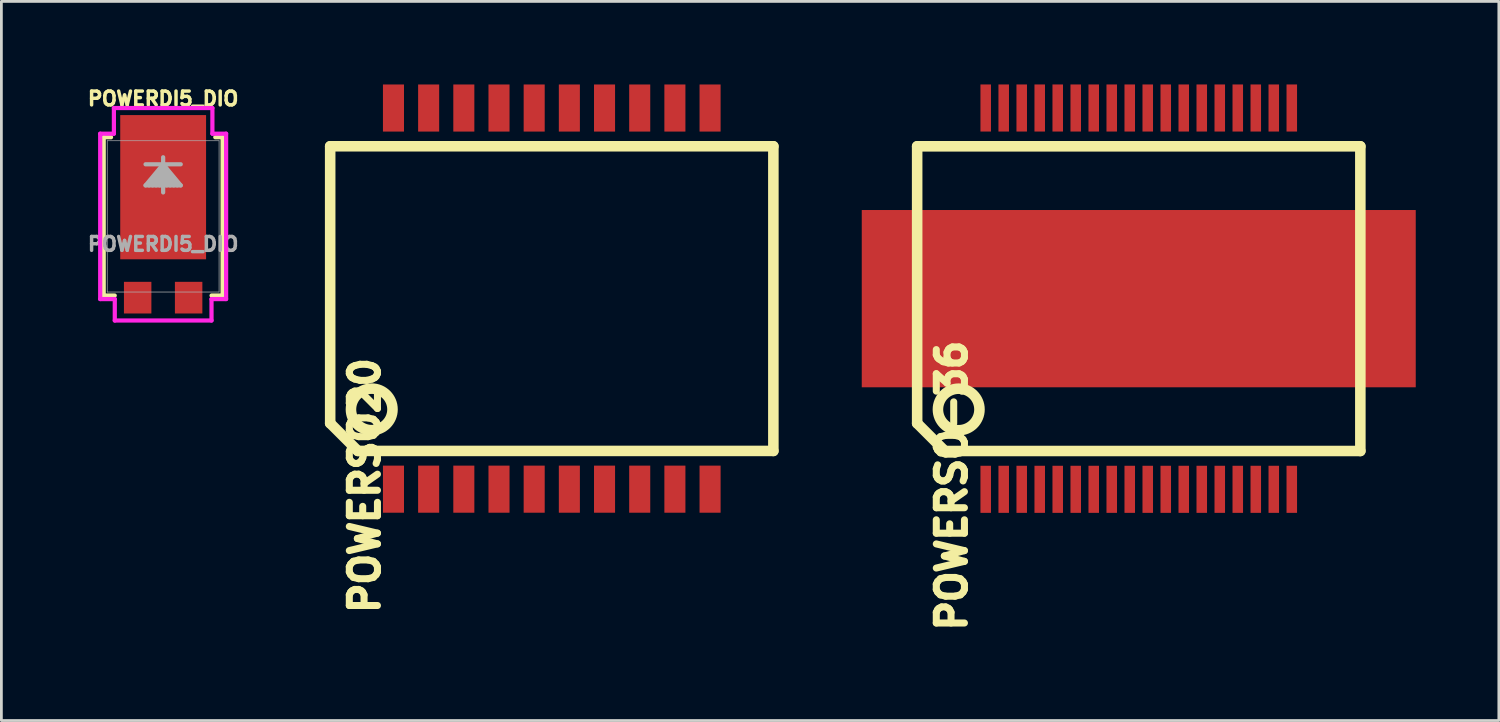
<source format=kicad_pcb>
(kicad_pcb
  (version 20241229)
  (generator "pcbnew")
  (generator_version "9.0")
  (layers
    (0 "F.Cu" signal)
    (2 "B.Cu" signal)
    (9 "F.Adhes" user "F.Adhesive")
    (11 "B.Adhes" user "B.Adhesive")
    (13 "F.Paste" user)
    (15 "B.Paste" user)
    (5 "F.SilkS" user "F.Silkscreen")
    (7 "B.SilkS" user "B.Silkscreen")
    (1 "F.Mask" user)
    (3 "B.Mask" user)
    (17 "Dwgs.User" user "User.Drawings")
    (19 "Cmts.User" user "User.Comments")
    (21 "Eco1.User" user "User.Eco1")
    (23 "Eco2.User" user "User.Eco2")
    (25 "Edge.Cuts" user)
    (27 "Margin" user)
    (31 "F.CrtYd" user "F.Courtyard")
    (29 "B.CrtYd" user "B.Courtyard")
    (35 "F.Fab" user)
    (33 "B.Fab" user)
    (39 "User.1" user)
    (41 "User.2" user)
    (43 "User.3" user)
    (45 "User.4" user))
  (footprint "POWERSO20"
    (layer "F.Cu")
    (at 16.87 7.73)
    (property "Reference" "POWERSO20" (at -6.75 6.75 90) (layer "F.SilkS") (effects (font (size 1.016 1.016) (thickness 0.254))))
    (attr through_hole)
    (fp_line (start -8 -5.5) (end -8 4.5) (stroke (width 0.381) (type solid)) (layer "F.SilkS"))
    (fp_line (start -8 4.5) (end -7 5.5) (stroke (width 0.381) (type solid)) (layer "F.SilkS"))
    (fp_line (start -7 5.5) (end 8 5.5) (stroke (width 0.381) (type solid)) (layer "F.SilkS"))
    (fp_line (start 8 -5.5) (end -8 -5.5) (stroke (width 0.381) (type solid)) (layer "F.SilkS"))
    (fp_line (start 8 5.5) (end 8 -5.5) (stroke (width 0.381) (type solid)) (layer "F.SilkS"))
    (fp_circle (center -6.5 4) (end -6.5 3.25) (stroke (width 0.381) (type solid)) (fill no) (layer "F.SilkS"))
    (pad "1" smd rect (at -5.715 6.88) (size 0.76 1.7) (layers "F.Cu" "F.Mask" "F.Paste"))
    (pad "2" smd rect (at -4.445 6.88) (size 0.76 1.7) (layers "F.Cu" "F.Mask" "F.Paste"))
    (pad "3" smd rect (at -3.175 6.88) (size 0.76 1.7) (layers "F.Cu" "F.Mask" "F.Paste"))
    (pad "4" smd rect (at -1.905 6.88) (size 0.76 1.7) (layers "F.Cu" "F.Mask" "F.Paste"))
    (pad "5" smd rect (at -0.635 6.88) (size 0.76 1.7) (layers "F.Cu" "F.Mask" "F.Paste"))
    (pad "6" smd rect (at 0.635 6.88) (size 0.76 1.7) (layers "F.Cu" "F.Mask" "F.Paste"))
    (pad "7" smd rect (at 1.905 6.88) (size 0.76 1.7) (layers "F.Cu" "F.Mask" "F.Paste"))
    (pad "8" smd rect (at 3.175 6.88) (size 0.76 1.7) (layers "F.Cu" "F.Mask" "F.Paste"))
    (pad "9" smd rect (at 4.445 6.88) (size 0.76 1.7) (layers "F.Cu" "F.Mask" "F.Paste"))
    (pad "10" smd rect (at 5.715 6.88) (size 0.76 1.7) (layers "F.Cu" "F.Mask" "F.Paste"))
    (pad "11" smd rect (at 5.715 -6.88) (size 0.76 1.7) (layers "F.Cu" "F.Mask" "F.Paste"))
    (pad "12" smd rect (at 4.445 -6.88) (size 0.76 1.7) (layers "F.Cu" "F.Mask" "F.Paste"))
    (pad "13" smd rect (at 3.175 -6.88) (size 0.76 1.7) (layers "F.Cu" "F.Mask" "F.Paste"))
    (pad "14" smd rect (at 1.905 -6.88) (size 0.76 1.7) (layers "F.Cu" "F.Mask" "F.Paste"))
    (pad "15" smd rect (at 0.635 -6.88) (size 0.76 1.7) (layers "F.Cu" "F.Mask" "F.Paste"))
    (pad "16" smd rect (at -0.635 -6.88) (size 0.76 1.7) (layers "F.Cu" "F.Mask" "F.Paste"))
    (pad "17" smd rect (at -1.905 -6.88) (size 0.76 1.7) (layers "F.Cu" "F.Mask" "F.Paste"))
    (pad "18" smd rect (at -3.175 -6.88) (size 0.76 1.7) (layers "F.Cu" "F.Mask" "F.Paste"))
    (pad "19" smd rect (at -4.445 -6.88) (size 0.76 1.7) (layers "F.Cu" "F.Mask" "F.Paste"))
    (pad "20" smd rect (at -5.715 -6.88) (size 0.76 1.7) (layers "F.Cu" "F.Mask" "F.Paste")))
  (footprint "POWERDI5_DIO"
    (layer "F.Cu")
    (at 2.84 4.762)
    (property "Reference" "POWERDI5_DIO" (at 0 -4.25 0) (unlocked yes) (layer "F.SilkS") (effects (font (size 0.5 0.5) (thickness 0.125) (bold yes))))
    (attr smd)
    (fp_line (start -2.146 -2.857) (end -2.146 2.857) (stroke (width 0.152) (type solid)) (layer "F.SilkS"))
    (fp_line (start -2.146 2.857) (end -1.748 2.857) (stroke (width 0.152) (type solid)) (layer "F.SilkS"))
    (fp_line (start -1.882 -2.857) (end -2.146 -2.857) (stroke (width 0.152) (type solid)) (layer "F.SilkS"))
    (fp_line (start 1.748 2.857) (end 2.146 2.857) (stroke (width 0.152) (type solid)) (layer "F.SilkS"))
    (fp_line (start 2.146 -2.857) (end 1.882 -2.857) (stroke (width 0.152) (type solid)) (layer "F.SilkS"))
    (fp_line (start 2.146 2.857) (end 2.146 -2.857) (stroke (width 0.152) (type solid)) (layer "F.SilkS"))
    (fp_line (start -2.273 -2.985) (end -1.778 -2.985) (stroke (width 0.152) (type solid)) (layer "F.CrtYd"))
    (fp_line (start -2.273 2.985) (end -2.273 -2.985) (stroke (width 0.152) (type solid)) (layer "F.CrtYd"))
    (fp_line (start -1.778 -3.912) (end -1.778 -2.985) (stroke (width 0.152) (type solid)) (layer "F.CrtYd"))
    (fp_line (start -1.778 -3.912) (end 1.778 -3.912) (stroke (width 0.152) (type solid)) (layer "F.CrtYd"))
    (fp_line (start -1.746 2.985) (end -2.273 2.985) (stroke (width 0.152) (type solid)) (layer "F.CrtYd"))
    (fp_line (start -1.746 2.985) (end -1.746 3.759) (stroke (width 0.152) (type solid)) (layer "F.CrtYd"))
    (fp_line (start -1.746 3.759) (end 1.746 3.759) (stroke (width 0.152) (type solid)) (layer "F.CrtYd"))
    (fp_line (start 1.746 2.985) (end 1.746 3.759) (stroke (width 0.152) (type solid)) (layer "F.CrtYd"))
    (fp_line (start 1.778 -3.912) (end 1.778 -2.985) (stroke (width 0.152) (type solid)) (layer "F.CrtYd"))
    (fp_line (start 2.273 -2.985) (end 1.778 -2.985) (stroke (width 0.152) (type solid)) (layer "F.CrtYd"))
    (fp_line (start 2.273 -2.985) (end 2.273 2.985) (stroke (width 0.152) (type solid)) (layer "F.CrtYd"))
    (fp_line (start 2.273 2.985) (end 1.746 2.985) (stroke (width 0.152) (type solid)) (layer "F.CrtYd"))
    (fp_line (start -2.019 -2.731) (end -2.019 2.731) (stroke (width 0.025) (type solid)) (layer "F.Fab"))
    (fp_line (start -2.019 2.731) (end 2.019 2.731) (stroke (width 0.025) (type solid)) (layer "F.Fab"))
    (fp_line (start 0 -1.881) (end -0.635 -1.119) (stroke (width 0.152) (type solid)) (layer "F.Fab"))
    (fp_line (start 0 -1.881) (end -0.508 -1.119) (stroke (width 0.152) (type solid)) (layer "F.Fab"))
    (fp_line (start 0 -1.881) (end -0.381 -1.119) (stroke (width 0.152) (type solid)) (layer "F.Fab"))
    (fp_line (start 0 -1.881) (end -0.254 -1.119) (stroke (width 0.152) (type solid)) (layer "F.Fab"))
    (fp_line (start 0 -1.881) (end -0.127 -1.119) (stroke (width 0.152) (type solid)) (layer "F.Fab"))
    (fp_line (start 0 -1.881) (end 0.127 -1.119) (stroke (width 0.152) (type solid)) (layer "F.Fab"))
    (fp_line (start 0 -1.881) (end 0.254 -1.119) (stroke (width 0.152) (type solid)) (layer "F.Fab"))
    (fp_line (start 0 -1.881) (end 0.381 -1.119) (stroke (width 0.152) (type solid)) (layer "F.Fab"))
    (fp_line (start 0 -1.881) (end 0.508 -1.119) (stroke (width 0.152) (type solid)) (layer "F.Fab"))
    (fp_line (start 0 -1.881) (end 0.635 -1.119) (stroke (width 0.152) (type solid)) (layer "F.Fab"))
    (fp_line (start 0 -0.865) (end 0 -2.135) (stroke (width 0.152) (type solid)) (layer "F.Fab"))
    (fp_line (start 0.635 -1.881) (end -0.635 -1.881) (stroke (width 0.152) (type solid)) (layer "F.Fab"))
    (fp_line (start 0.635 -1.119) (end -0.635 -1.119) (stroke (width 0.152) (type solid)) (layer "F.Fab"))
    (fp_line (start 2.019 -2.731) (end -2.019 -2.731) (stroke (width 0.025) (type solid)) (layer "F.Fab"))
    (fp_line (start 2.019 2.731) (end 2.019 -2.731) (stroke (width 0.025) (type solid)) (layer "F.Fab"))
    (fp_text user "${REFERENCE}" (at 0 1 0) (unlocked yes) (layer "F.Fab") (effects (font (size 0.5 0.5) (thickness 0.125) (bold yes))))
    (pad "1" smd rect (at 0 -1.054 90) (size 5.207 3.099) (layers "F.Cu" "F.Mask" "F.Paste"))
    (pad "2" smd rect (at -0.92 2.934 90) (size 1.143 0.991) (layers "F.Cu" "F.Mask" "F.Paste"))
    (pad "2" smd rect (at 0.92 2.934 90) (size 1.143 0.991) (layers "F.Cu" "F.Mask" "F.Paste")))
  (footprint "POWERSO-36"
    (layer "F.Cu")
    (at 38.061 7.732)
    (property "Reference" "POWERSO-36" (at -6.75 6.75 90) (layer "F.SilkS") (effects (font (size 1.016 1.016) (thickness 0.254))))
    (attr through_hole)
    (fp_line (start -8 -5.5) (end -8 4.5) (stroke (width 0.381) (type solid)) (layer "F.SilkS"))
    (fp_line (start -8 4.5) (end -7 5.5) (stroke (width 0.381) (type solid)) (layer "F.SilkS"))
    (fp_line (start -7 5.5) (end 8 5.5) (stroke (width 0.381) (type solid)) (layer "F.SilkS"))
    (fp_line (start 8 -5.5) (end -8 -5.5) (stroke (width 0.381) (type solid)) (layer "F.SilkS"))
    (fp_line (start 8 5.5) (end 8 -5.5) (stroke (width 0.381) (type solid)) (layer "F.SilkS"))
    (fp_circle (center -6.5 4) (end -6.5 3.25) (stroke (width 0.381) (type solid)) (fill no) (layer "F.SilkS"))
    (pad "1" smd rect (at -5.525 6.883) (size 0.38 1.7) (layers "F.Cu" "F.Mask" "F.Paste"))
    (pad "2" smd rect (at -4.875 6.883) (size 0.38 1.7) (layers "F.Cu" "F.Mask" "F.Paste"))
    (pad "3" smd rect (at -4.225 6.883) (size 0.38 1.7) (layers "F.Cu" "F.Mask" "F.Paste"))
    (pad "4" smd rect (at -3.575 6.883) (size 0.38 1.7) (layers "F.Cu" "F.Mask" "F.Paste"))
    (pad "5" smd rect (at -2.925 6.883) (size 0.38 1.7) (layers "F.Cu" "F.Mask" "F.Paste"))
    (pad "6" smd rect (at -2.275 6.883) (size 0.38 1.7) (layers "F.Cu" "F.Mask" "F.Paste"))
    (pad "7" smd rect (at -1.625 6.883) (size 0.38 1.7) (layers "F.Cu" "F.Mask" "F.Paste"))
    (pad "8" smd rect (at -0.975 6.883) (size 0.38 1.7) (layers "F.Cu" "F.Mask" "F.Paste"))
    (pad "9" smd rect (at -0.325 6.883) (size 0.38 1.7) (layers "F.Cu" "F.Mask" "F.Paste"))
    (pad "10" smd rect (at 0.325 6.883) (size 0.38 1.7) (layers "F.Cu" "F.Mask" "F.Paste"))
    (pad "11" smd rect (at 0.975 6.883) (size 0.38 1.7) (layers "F.Cu" "F.Mask" "F.Paste"))
    (pad "12" smd rect (at 1.625 6.883) (size 0.38 1.7) (layers "F.Cu" "F.Mask" "F.Paste"))
    (pad "13" smd rect (at 2.275 6.883) (size 0.38 1.7) (layers "F.Cu" "F.Mask" "F.Paste"))
    (pad "14" smd rect (at 2.925 6.883) (size 0.38 1.7) (layers "F.Cu" "F.Mask" "F.Paste"))
    (pad "15" smd rect (at 3.575 6.883) (size 0.38 1.7) (layers "F.Cu" "F.Mask" "F.Paste"))
    (pad "16" smd rect (at 4.225 6.883) (size 0.38 1.7) (layers "F.Cu" "F.Mask" "F.Paste"))
    (pad "17" smd rect (at 4.875 6.883) (size 0.38 1.7) (layers "F.Cu" "F.Mask" "F.Paste"))
    (pad "18" smd rect (at 5.525 6.883) (size 0.38 1.7) (layers "F.Cu" "F.Mask" "F.Paste"))
    (pad "19" smd rect (at 5.525 -6.883) (size 0.38 1.7) (layers "F.Cu" "F.Mask" "F.Paste"))
    (pad "20" smd rect (at 4.875 -6.883) (size 0.38 1.7) (layers "F.Cu" "F.Mask" "F.Paste"))
    (pad "21" smd rect (at 4.225 -6.883) (size 0.38 1.7) (layers "F.Cu" "F.Mask" "F.Paste"))
    (pad "22" smd rect (at 3.575 -6.883) (size 0.38 1.7) (layers "F.Cu" "F.Mask" "F.Paste"))
    (pad "23" smd rect (at 2.925 -6.883) (size 0.38 1.7) (layers "F.Cu" "F.Mask" "F.Paste"))
    (pad "24" smd rect (at 2.275 -6.883) (size 0.38 1.7) (layers "F.Cu" "F.Mask" "F.Paste"))
    (pad "25" smd rect (at 1.625 -6.883) (size 0.38 1.7) (layers "F.Cu" "F.Mask" "F.Paste"))
    (pad "26" smd rect (at 0.975 -6.883) (size 0.38 1.7) (layers "F.Cu" "F.Mask" "F.Paste"))
    (pad "27" smd rect (at 0.325 -6.883) (size 0.38 1.7) (layers "F.Cu" "F.Mask" "F.Paste"))
    (pad "28" smd rect (at -0.325 -6.883) (size 0.38 1.7) (layers "F.Cu" "F.Mask" "F.Paste"))
    (pad "29" smd rect (at -0.975 -6.883) (size 0.38 1.7) (layers "F.Cu" "F.Mask" "F.Paste"))
    (pad "30" smd rect (at -1.625 -6.883) (size 0.38 1.7) (layers "F.Cu" "F.Mask" "F.Paste"))
    (pad "31" smd rect (at -2.275 -6.883) (size 0.38 1.7) (layers "F.Cu" "F.Mask" "F.Paste"))
    (pad "32" smd rect (at -2.925 -6.883) (size 0.38 1.7) (layers "F.Cu" "F.Mask" "F.Paste"))
    (pad "33" smd rect (at -3.575 -6.883) (size 0.38 1.7) (layers "F.Cu" "F.Mask" "F.Paste"))
    (pad "34" smd rect (at -4.225 -6.883) (size 0.38 1.7) (layers "F.Cu" "F.Mask" "F.Paste"))
    (pad "35" smd rect (at -4.875 -6.883) (size 0.38 1.7) (layers "F.Cu" "F.Mask" "F.Paste"))
    (pad "36" smd rect (at -5.525 -6.883) (size 0.38 1.7) (layers "F.Cu" "F.Mask" "F.Paste"))
    (pad "37" smd rect (at 0 0) (size 20 6.4) (layers "F.Cu" "F.Mask" "F.Paste")))
  (gr_rect
    (start -3 -3)
    (end 51.061 22.963)
    (stroke (width 0.1) (type default))
    (fill no)
    (layer "Edge.Cuts")))
</source>
